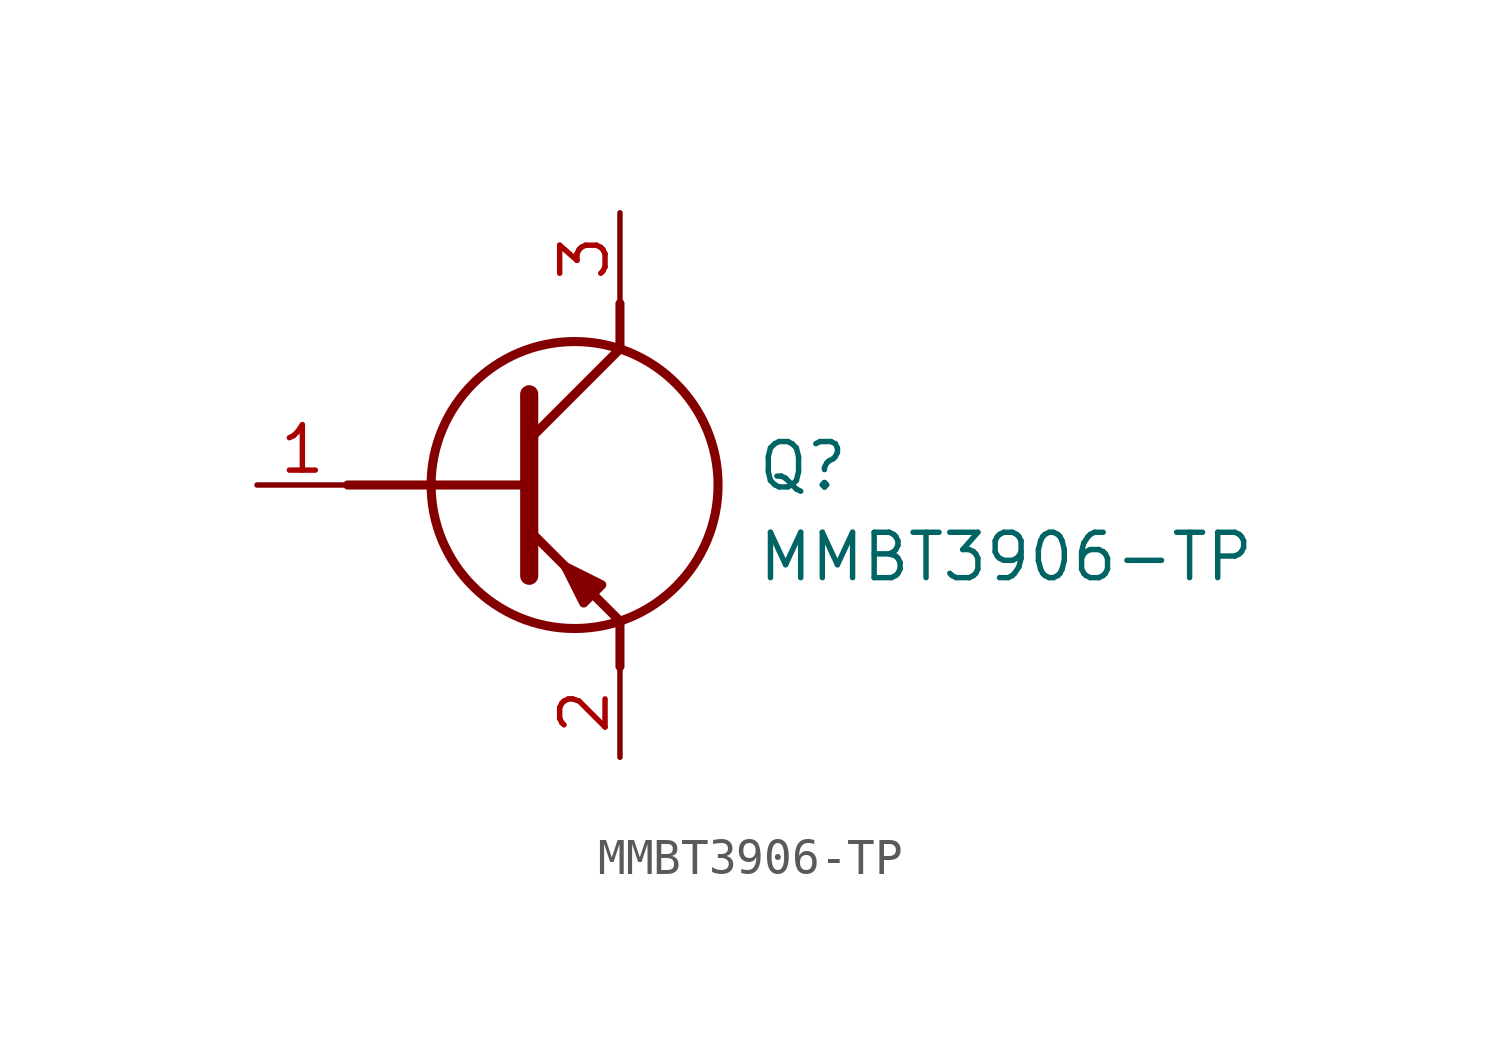
<source format=kicad_sym>
(kicad_symbol_lib
  (version 20211014)
  (generator SamacSys_ECAD_Model)
  (symbol "MMBT3906-TP"
    (pin_names hide)
    (property "Reference" "Q"
      (at 13.97 1.27 0)
      (effects (font (size 1.27 1.27)) (justify left top)))
    (property "Value" "MMBT3906-TP"
      (at 13.97 -1.27 0)
      (effects (font (size 1.27 1.27)) (justify left top)))
    (polyline
      (pts (xy 7.62 2.54) (xy 7.62 -2.54))
      (stroke (width 0.508) (type default))
      (fill (type none)))
    (polyline
      (pts (xy 7.62 1.27) (xy 10.16 3.81))
      (stroke (width 0.254) (type default))
      (fill (type none)))
    (polyline
      (pts (xy 7.62 -1.27) (xy 10.16 -3.81))
      (stroke (width 0.254) (type default))
      (fill (type none)))
    (polyline
      (pts (xy 10.16 -3.81) (xy 10.16 -5.08))
      (stroke (width 0.254) (type default))
      (fill (type none)))
    (polyline
      (pts (xy 10.16 3.81) (xy 10.16 5.08))
      (stroke (width 0.254) (type default))
      (fill (type none)))
    (polyline
      (pts (xy 2.54 0) (xy 7.62 0))
      (stroke (width 0.254) (type default))
      (fill (type none)))
    (circle
      (center 8.89 0)
      (radius 4.016)
      (stroke (width 0.254) (type default))
      (fill (type none)))
    (polyline
      (pts (xy 9.652 -2.794) (xy 9.144 -3.302) (xy 8.636 -2.286) (xy 9.652 -2.794))
      (stroke (width 0.254) (type default))
      (fill (type outline)))
    (pin passive line
      (at 0 0 0)
      (length 2.54)
      (name "B" (effects (font (size 1.27 1.27))))
      (number "1" (effects (font (size 1.27 1.27)))))
    (pin passive line
      (at 10.16 -7.62 90)
      (length 2.54)
      (name "E" (effects (font (size 1.27 1.27))))
      (number "2" (effects (font (size 1.27 1.27)))))
    (pin passive line
      (at 10.16 7.62 270)
      (length 2.54)
      (name "C" (effects (font (size 1.27 1.27))))
      (number "3" (effects (font (size 1.27 1.27)))))))
</source>
